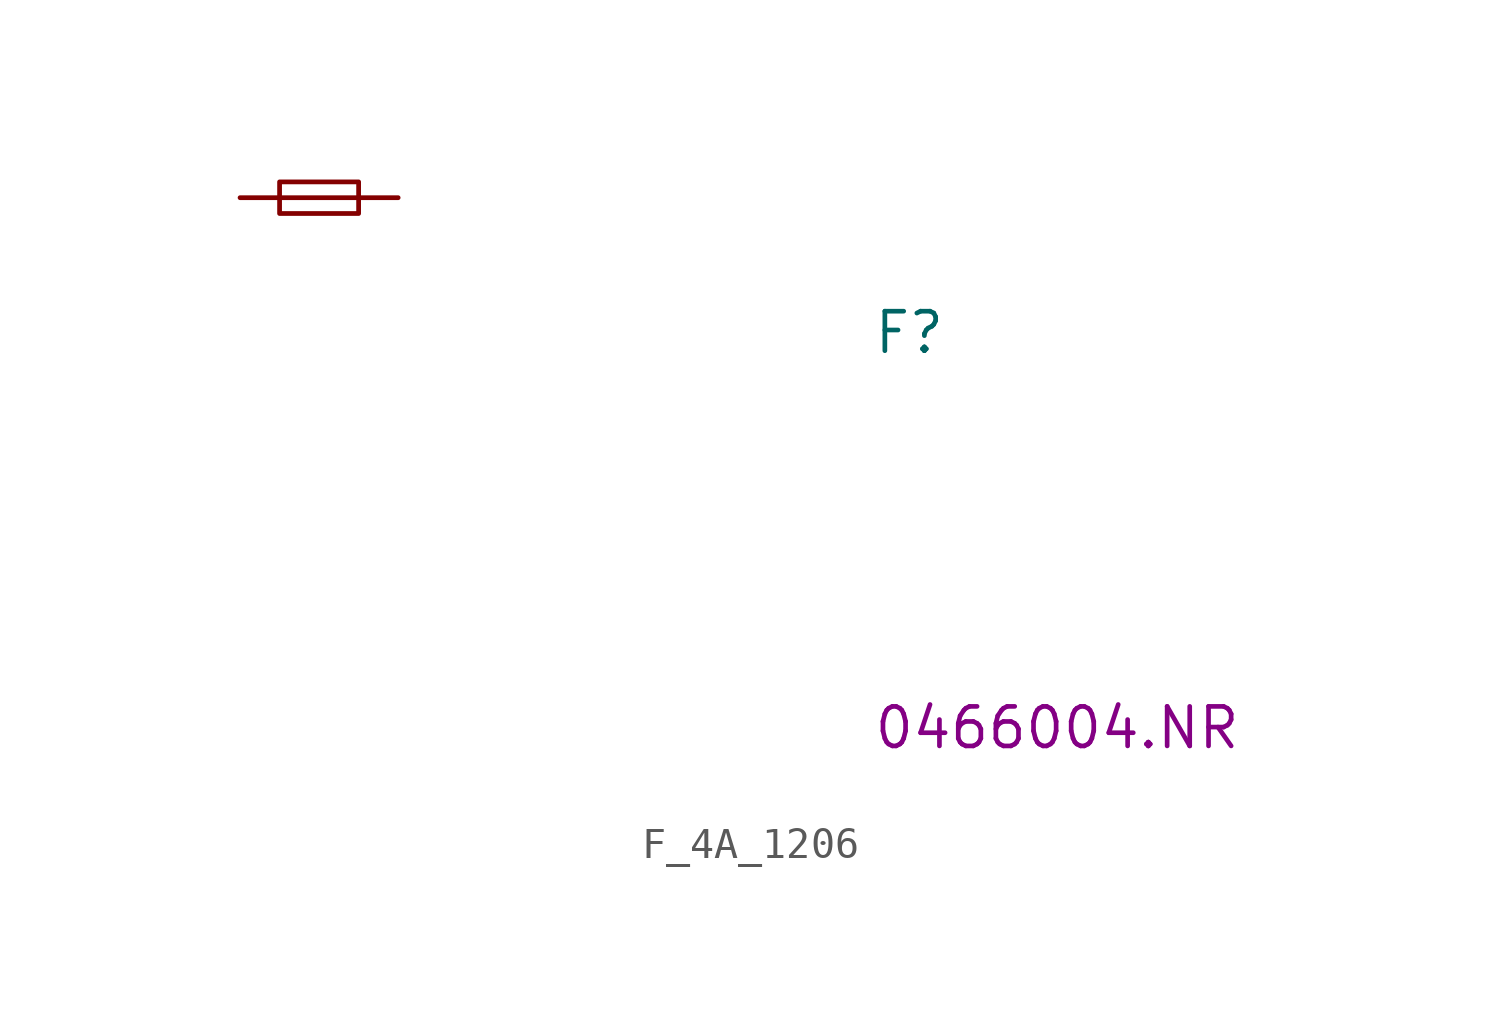
<source format=kicad_sym>
(kicad_symbol_lib
  (version 20220914)
  (generator kicad_symbol_editor)
  (symbol "F_4A_1206"
    (pin_numbers hide)
    (pin_names
      (offset 0.991) hide)
    (property "Reference" "F"
      (at 20.32 -5.08 0)
      (effects (font (size 1.27 1.27) (thickness 0.15)) (justify left bottom)))
    (property "MPN" "0466004.NR "
      (at 20.32 -17.78 0)
      (effects (font (size 1.27 1.27) (thickness 0.15)) (justify left bottom)))
    (symbol "F_4A_1206_0_1"
      (polyline (pts (xy 1.27 0) (xy 3.81 0)) (stroke (width 0) (type default)) (fill (type none)))
      (rectangle (start 1.27 0.508) (end 3.81 -0.508) (stroke (width 0) (type default)) (fill (type none))))
    (symbol "F_4A_1206_1_1"
      (pin passive line (at 0 0 0) (length 1.27) (name "~" (effects (font (size 1.27 1.27)))) (number "1" (effects (font (size 1.27 1.27)))))
      (pin passive line (at 5.08 0 180) (length 1.27) (name "~" (effects (font (size 1.27 1.27)))) (number "2" (effects (font (size 1.27 1.27))))))))
</source>
